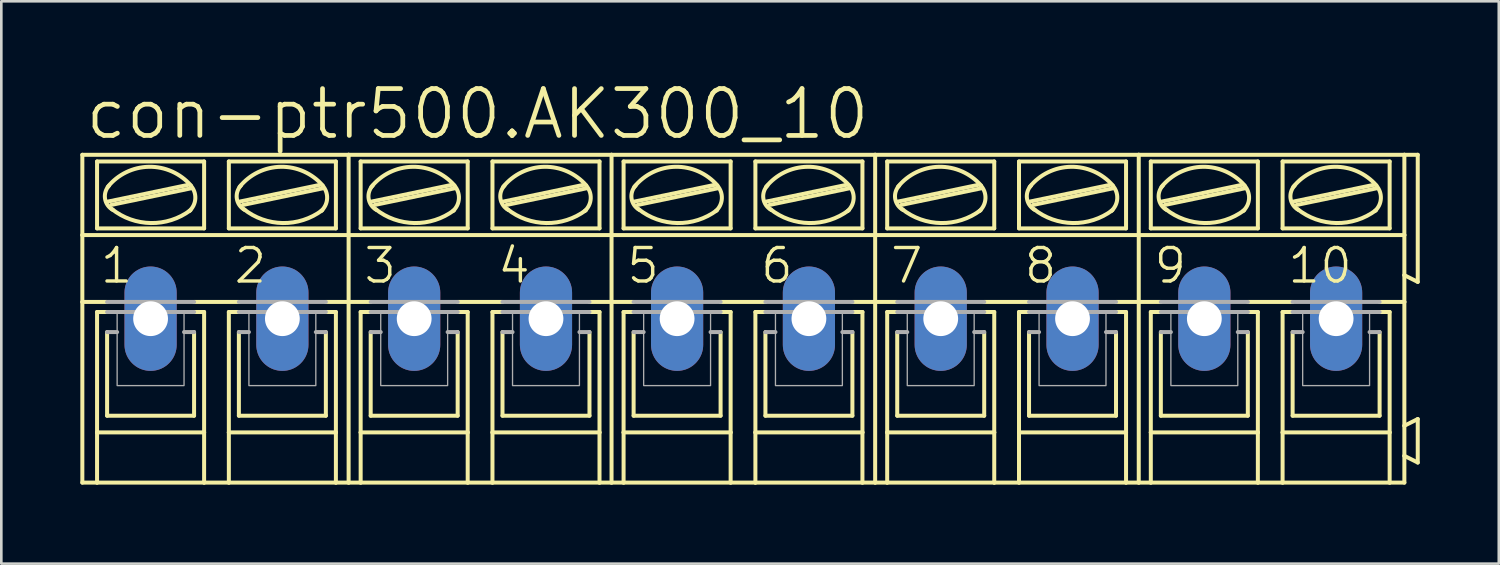
<source format=kicad_pcb>
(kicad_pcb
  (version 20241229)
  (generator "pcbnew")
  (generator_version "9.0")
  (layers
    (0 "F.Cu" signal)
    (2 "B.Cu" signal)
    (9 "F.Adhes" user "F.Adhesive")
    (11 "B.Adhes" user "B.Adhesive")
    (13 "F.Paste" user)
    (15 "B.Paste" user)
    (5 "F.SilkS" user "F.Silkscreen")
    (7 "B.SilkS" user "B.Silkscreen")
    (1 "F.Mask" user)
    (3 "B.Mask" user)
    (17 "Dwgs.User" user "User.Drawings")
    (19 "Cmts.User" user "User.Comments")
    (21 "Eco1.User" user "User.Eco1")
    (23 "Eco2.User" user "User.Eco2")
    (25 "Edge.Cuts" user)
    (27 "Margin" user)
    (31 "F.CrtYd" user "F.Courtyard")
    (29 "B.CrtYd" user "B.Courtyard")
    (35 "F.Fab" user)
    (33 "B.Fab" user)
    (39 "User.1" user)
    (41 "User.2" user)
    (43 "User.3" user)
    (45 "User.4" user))
  (footprint "con-ptr500.AK300_10"
    (layer "F.Cu")
    (at 25.171 9.049)
    (property "Reference" "con-ptr500.AK300_10" (at -25.07 -6.731 0) (layer "F.SilkS") (effects (font (size 1.778 1.778) (thickness 0.18)) (justify left bottom)))
    (attr through_hole)
    (fp_line (start -25.095 -3.175) (end -25.095 -6.223) (stroke (width 0.152) (type default)) (layer "F.SilkS"))
    (fp_line (start -25.095 -3.175) (end -14.986 -3.175) (stroke (width 0.152) (type default)) (layer "F.SilkS"))
    (fp_line (start -25.095 -0.635) (end -25.095 -3.175) (stroke (width 0.152) (type default)) (layer "F.SilkS"))
    (fp_line (start -25.095 -0.635) (end -24.155 -0.635) (stroke (width 0.152) (type default)) (layer "F.SilkS"))
    (fp_line (start -25.095 6.223) (end -25.095 -0.635) (stroke (width 0.152) (type default)) (layer "F.SilkS"))
    (fp_line (start -25.095 6.223) (end -24.536 6.223) (stroke (width 0.152) (type default)) (layer "F.SilkS"))
    (fp_line (start -24.536 -3.429) (end -24.536 -5.969) (stroke (width 0.152) (type default)) (layer "F.SilkS"))
    (fp_line (start -24.536 -0.254) (end -24.536 4.318) (stroke (width 0.152) (type default)) (layer "F.SilkS"))
    (fp_line (start -24.536 -0.254) (end -24.155 -0.254) (stroke (width 0.152) (type default)) (layer "F.SilkS"))
    (fp_line (start -24.536 4.318) (end -24.536 6.223) (stroke (width 0.152) (type default)) (layer "F.SilkS"))
    (fp_line (start -24.536 6.223) (end -20.472 6.223) (stroke (width 0.152) (type default)) (layer "F.SilkS"))
    (fp_line (start -24.155 3.683) (end -24.155 0.508) (stroke (width 0.152) (type default)) (layer "F.SilkS"))
    (fp_line (start -24.13 -4.445) (end -21.082 -5.08) (stroke (width 0.152) (type default)) (layer "F.SilkS"))
    (fp_line (start -24.003 -4.318) (end -20.955 -4.953) (stroke (width 0.152) (type default)) (layer "F.SilkS"))
    (fp_line (start -20.853 -0.635) (end -19.152 -0.635) (stroke (width 0.152) (type default)) (layer "F.SilkS"))
    (fp_line (start -20.853 3.683) (end -24.155 3.683) (stroke (width 0.152) (type default)) (layer "F.SilkS"))
    (fp_line (start -20.853 3.683) (end -20.853 0.508) (stroke (width 0.152) (type default)) (layer "F.SilkS"))
    (fp_line (start -20.472 -5.969) (end -24.536 -5.969) (stroke (width 0.152) (type default)) (layer "F.SilkS"))
    (fp_line (start -20.472 -3.429) (end -24.536 -3.429) (stroke (width 0.152) (type default)) (layer "F.SilkS"))
    (fp_line (start -20.472 -3.429) (end -20.472 -5.969) (stroke (width 0.152) (type default)) (layer "F.SilkS"))
    (fp_line (start -20.472 -0.254) (end -20.853 -0.254) (stroke (width 0.152) (type default)) (layer "F.SilkS"))
    (fp_line (start -20.472 4.318) (end -24.536 4.318) (stroke (width 0.152) (type default)) (layer "F.SilkS"))
    (fp_line (start -20.472 4.318) (end -20.472 -0.254) (stroke (width 0.152) (type default)) (layer "F.SilkS"))
    (fp_line (start -20.472 6.223) (end -20.472 4.318) (stroke (width 0.152) (type default)) (layer "F.SilkS"))
    (fp_line (start -20.472 6.223) (end -19.533 6.223) (stroke (width 0.152) (type default)) (layer "F.SilkS"))
    (fp_line (start -19.533 -5.969) (end -15.469 -5.969) (stroke (width 0.152) (type default)) (layer "F.SilkS"))
    (fp_line (start -19.533 -3.429) (end -19.533 -5.969) (stroke (width 0.152) (type default)) (layer "F.SilkS"))
    (fp_line (start -19.533 -0.254) (end -19.152 -0.254) (stroke (width 0.152) (type default)) (layer "F.SilkS"))
    (fp_line (start -19.533 4.318) (end -19.533 -0.254) (stroke (width 0.152) (type default)) (layer "F.SilkS"))
    (fp_line (start -19.533 4.318) (end -15.469 4.318) (stroke (width 0.152) (type default)) (layer "F.SilkS"))
    (fp_line (start -19.533 6.223) (end -19.533 4.318) (stroke (width 0.152) (type default)) (layer "F.SilkS"))
    (fp_line (start -19.533 6.223) (end -15.469 6.223) (stroke (width 0.152) (type default)) (layer "F.SilkS"))
    (fp_line (start -19.152 3.683) (end -19.152 0.508) (stroke (width 0.152) (type default)) (layer "F.SilkS"))
    (fp_line (start -19.126 -4.445) (end -16.078 -5.08) (stroke (width 0.152) (type default)) (layer "F.SilkS"))
    (fp_line (start -18.999 -4.318) (end -15.951 -4.953) (stroke (width 0.152) (type default)) (layer "F.SilkS"))
    (fp_line (start -15.85 3.683) (end -19.152 3.683) (stroke (width 0.152) (type default)) (layer "F.SilkS"))
    (fp_line (start -15.85 3.683) (end -15.85 0.508) (stroke (width 0.152) (type default)) (layer "F.SilkS"))
    (fp_line (start -15.469 -5.969) (end -15.469 -3.429) (stroke (width 0.152) (type default)) (layer "F.SilkS"))
    (fp_line (start -15.469 -3.429) (end -19.533 -3.429) (stroke (width 0.152) (type default)) (layer "F.SilkS"))
    (fp_line (start -15.469 -0.254) (end -15.85 -0.254) (stroke (width 0.152) (type default)) (layer "F.SilkS"))
    (fp_line (start -15.469 -0.254) (end -15.469 4.318) (stroke (width 0.152) (type default)) (layer "F.SilkS"))
    (fp_line (start -15.469 4.318) (end -15.469 6.223) (stroke (width 0.152) (type default)) (layer "F.SilkS"))
    (fp_line (start -15.469 6.223) (end -14.986 6.223) (stroke (width 0.152) (type default)) (layer "F.SilkS"))
    (fp_line (start -14.986 -6.223) (end -25.095 -6.223) (stroke (width 0.152) (type default)) (layer "F.SilkS"))
    (fp_line (start -14.986 -3.175) (end -14.986 -6.223) (stroke (width 0.152) (type default)) (layer "F.SilkS"))
    (fp_line (start -14.986 -3.175) (end -5.004 -3.175) (stroke (width 0.152) (type default)) (layer "F.SilkS"))
    (fp_line (start -14.986 -0.635) (end -15.85 -0.635) (stroke (width 0.152) (type default)) (layer "F.SilkS"))
    (fp_line (start -14.986 -0.635) (end -14.986 -3.175) (stroke (width 0.152) (type default)) (layer "F.SilkS"))
    (fp_line (start -14.986 -0.635) (end -14.148 -0.635) (stroke (width 0.152) (type default)) (layer "F.SilkS"))
    (fp_line (start -14.986 6.223) (end -14.986 -0.635) (stroke (width 0.152) (type default)) (layer "F.SilkS"))
    (fp_line (start -14.986 6.223) (end -14.529 6.223) (stroke (width 0.152) (type default)) (layer "F.SilkS"))
    (fp_line (start -14.529 -3.429) (end -14.529 -5.969) (stroke (width 0.152) (type default)) (layer "F.SilkS"))
    (fp_line (start -14.529 -0.254) (end -14.529 4.318) (stroke (width 0.152) (type default)) (layer "F.SilkS"))
    (fp_line (start -14.529 -0.254) (end -14.148 -0.254) (stroke (width 0.152) (type default)) (layer "F.SilkS"))
    (fp_line (start -14.529 4.318) (end -14.529 6.223) (stroke (width 0.152) (type default)) (layer "F.SilkS"))
    (fp_line (start -14.529 6.223) (end -10.465 6.223) (stroke (width 0.152) (type default)) (layer "F.SilkS"))
    (fp_line (start -14.148 3.683) (end -14.148 0.508) (stroke (width 0.152) (type default)) (layer "F.SilkS"))
    (fp_line (start -14.122 -4.445) (end -11.074 -5.08) (stroke (width 0.152) (type default)) (layer "F.SilkS"))
    (fp_line (start -13.995 -4.318) (end -10.947 -4.953) (stroke (width 0.152) (type default)) (layer "F.SilkS"))
    (fp_line (start -10.846 -0.635) (end -9.144 -0.635) (stroke (width 0.152) (type default)) (layer "F.SilkS"))
    (fp_line (start -10.846 3.683) (end -14.148 3.683) (stroke (width 0.152) (type default)) (layer "F.SilkS"))
    (fp_line (start -10.846 3.683) (end -10.846 0.508) (stroke (width 0.152) (type default)) (layer "F.SilkS"))
    (fp_line (start -10.465 -5.969) (end -14.529 -5.969) (stroke (width 0.152) (type default)) (layer "F.SilkS"))
    (fp_line (start -10.465 -3.429) (end -14.529 -3.429) (stroke (width 0.152) (type default)) (layer "F.SilkS"))
    (fp_line (start -10.465 -3.429) (end -10.465 -5.969) (stroke (width 0.152) (type default)) (layer "F.SilkS"))
    (fp_line (start -10.465 -0.254) (end -10.846 -0.254) (stroke (width 0.152) (type default)) (layer "F.SilkS"))
    (fp_line (start -10.465 4.318) (end -14.529 4.318) (stroke (width 0.152) (type default)) (layer "F.SilkS"))
    (fp_line (start -10.465 4.318) (end -10.465 -0.254) (stroke (width 0.152) (type default)) (layer "F.SilkS"))
    (fp_line (start -10.465 6.223) (end -10.465 4.318) (stroke (width 0.152) (type default)) (layer "F.SilkS"))
    (fp_line (start -10.465 6.223) (end -9.525 6.223) (stroke (width 0.152) (type default)) (layer "F.SilkS"))
    (fp_line (start -9.525 -5.969) (end -5.461 -5.969) (stroke (width 0.152) (type default)) (layer "F.SilkS"))
    (fp_line (start -9.525 -3.429) (end -9.525 -5.969) (stroke (width 0.152) (type default)) (layer "F.SilkS"))
    (fp_line (start -9.525 -0.254) (end -9.144 -0.254) (stroke (width 0.152) (type default)) (layer "F.SilkS"))
    (fp_line (start -9.525 4.318) (end -9.525 -0.254) (stroke (width 0.152) (type default)) (layer "F.SilkS"))
    (fp_line (start -9.525 4.318) (end -5.461 4.318) (stroke (width 0.152) (type default)) (layer "F.SilkS"))
    (fp_line (start -9.525 6.223) (end -9.525 4.318) (stroke (width 0.152) (type default)) (layer "F.SilkS"))
    (fp_line (start -9.525 6.223) (end -5.461 6.223) (stroke (width 0.152) (type default)) (layer "F.SilkS"))
    (fp_line (start -9.144 3.683) (end -9.144 0.508) (stroke (width 0.152) (type default)) (layer "F.SilkS"))
    (fp_line (start -9.119 -4.445) (end -6.071 -5.08) (stroke (width 0.152) (type default)) (layer "F.SilkS"))
    (fp_line (start -8.992 -4.318) (end -5.944 -4.953) (stroke (width 0.152) (type default)) (layer "F.SilkS"))
    (fp_line (start -5.842 3.683) (end -9.144 3.683) (stroke (width 0.152) (type default)) (layer "F.SilkS"))
    (fp_line (start -5.842 3.683) (end -5.842 0.508) (stroke (width 0.152) (type default)) (layer "F.SilkS"))
    (fp_line (start -5.461 -5.969) (end -5.461 -3.429) (stroke (width 0.152) (type default)) (layer "F.SilkS"))
    (fp_line (start -5.461 -3.429) (end -9.525 -3.429) (stroke (width 0.152) (type default)) (layer "F.SilkS"))
    (fp_line (start -5.461 -0.254) (end -5.842 -0.254) (stroke (width 0.152) (type default)) (layer "F.SilkS"))
    (fp_line (start -5.461 -0.254) (end -5.461 4.318) (stroke (width 0.152) (type default)) (layer "F.SilkS"))
    (fp_line (start -5.461 4.318) (end -5.461 6.223) (stroke (width 0.152) (type default)) (layer "F.SilkS"))
    (fp_line (start -5.461 6.223) (end -5.004 6.223) (stroke (width 0.152) (type default)) (layer "F.SilkS"))
    (fp_line (start -5.004 -6.223) (end -14.986 -6.223) (stroke (width 0.152) (type default)) (layer "F.SilkS"))
    (fp_line (start -5.004 -3.175) (end -5.004 -6.223) (stroke (width 0.152) (type default)) (layer "F.SilkS"))
    (fp_line (start -5.004 -3.175) (end 5.004 -3.175) (stroke (width 0.152) (type default)) (layer "F.SilkS"))
    (fp_line (start -5.004 -0.635) (end -5.842 -0.635) (stroke (width 0.152) (type default)) (layer "F.SilkS"))
    (fp_line (start -5.004 -0.635) (end -5.004 -3.175) (stroke (width 0.152) (type default)) (layer "F.SilkS"))
    (fp_line (start -5.004 -0.635) (end -4.166 -0.635) (stroke (width 0.152) (type default)) (layer "F.SilkS"))
    (fp_line (start -5.004 6.223) (end -5.004 -0.635) (stroke (width 0.152) (type default)) (layer "F.SilkS"))
    (fp_line (start -5.004 6.223) (end -4.547 6.223) (stroke (width 0.152) (type default)) (layer "F.SilkS"))
    (fp_line (start -4.547 -3.429) (end -4.547 -5.969) (stroke (width 0.152) (type default)) (layer "F.SilkS"))
    (fp_line (start -4.547 -0.254) (end -4.547 4.318) (stroke (width 0.152) (type default)) (layer "F.SilkS"))
    (fp_line (start -4.547 -0.254) (end -4.166 -0.254) (stroke (width 0.152) (type default)) (layer "F.SilkS"))
    (fp_line (start -4.547 4.318) (end -4.547 6.223) (stroke (width 0.152) (type default)) (layer "F.SilkS"))
    (fp_line (start -4.547 6.223) (end -0.483 6.223) (stroke (width 0.152) (type default)) (layer "F.SilkS"))
    (fp_line (start -4.166 3.683) (end -4.166 0.508) (stroke (width 0.152) (type default)) (layer "F.SilkS"))
    (fp_line (start -4.14 -4.445) (end -1.092 -5.08) (stroke (width 0.152) (type default)) (layer "F.SilkS"))
    (fp_line (start -4.013 -4.318) (end -0.965 -4.953) (stroke (width 0.152) (type default)) (layer "F.SilkS"))
    (fp_line (start -0.864 -0.635) (end 0.838 -0.635) (stroke (width 0.152) (type default)) (layer "F.SilkS"))
    (fp_line (start -0.864 3.683) (end -4.166 3.683) (stroke (width 0.152) (type default)) (layer "F.SilkS"))
    (fp_line (start -0.864 3.683) (end -0.864 0.508) (stroke (width 0.152) (type default)) (layer "F.SilkS"))
    (fp_line (start -0.483 -5.969) (end -4.547 -5.969) (stroke (width 0.152) (type default)) (layer "F.SilkS"))
    (fp_line (start -0.483 -3.429) (end -4.547 -3.429) (stroke (width 0.152) (type default)) (layer "F.SilkS"))
    (fp_line (start -0.483 -3.429) (end -0.483 -5.969) (stroke (width 0.152) (type default)) (layer "F.SilkS"))
    (fp_line (start -0.483 -0.254) (end -0.864 -0.254) (stroke (width 0.152) (type default)) (layer "F.SilkS"))
    (fp_line (start -0.483 4.318) (end -4.547 4.318) (stroke (width 0.152) (type default)) (layer "F.SilkS"))
    (fp_line (start -0.483 4.318) (end -0.483 -0.254) (stroke (width 0.152) (type default)) (layer "F.SilkS"))
    (fp_line (start -0.483 6.223) (end -0.483 4.318) (stroke (width 0.152) (type default)) (layer "F.SilkS"))
    (fp_line (start -0.483 6.223) (end 0.457 6.223) (stroke (width 0.152) (type default)) (layer "F.SilkS"))
    (fp_line (start 0.457 -5.969) (end 4.521 -5.969) (stroke (width 0.152) (type default)) (layer "F.SilkS"))
    (fp_line (start 0.457 -3.429) (end 0.457 -5.969) (stroke (width 0.152) (type default)) (layer "F.SilkS"))
    (fp_line (start 0.457 -0.254) (end 0.838 -0.254) (stroke (width 0.152) (type default)) (layer "F.SilkS"))
    (fp_line (start 0.457 4.318) (end 0.457 -0.254) (stroke (width 0.152) (type default)) (layer "F.SilkS"))
    (fp_line (start 0.457 4.318) (end 4.521 4.318) (stroke (width 0.152) (type default)) (layer "F.SilkS"))
    (fp_line (start 0.457 6.223) (end 0.457 4.318) (stroke (width 0.152) (type default)) (layer "F.SilkS"))
    (fp_line (start 0.457 6.223) (end 4.521 6.223) (stroke (width 0.152) (type default)) (layer "F.SilkS"))
    (fp_line (start 0.838 3.683) (end 0.838 0.508) (stroke (width 0.152) (type default)) (layer "F.SilkS"))
    (fp_line (start 0.864 -4.445) (end 3.912 -5.08) (stroke (width 0.152) (type default)) (layer "F.SilkS"))
    (fp_line (start 0.991 -4.318) (end 4.039 -4.953) (stroke (width 0.152) (type default)) (layer "F.SilkS"))
    (fp_line (start 4.14 3.683) (end 0.838 3.683) (stroke (width 0.152) (type default)) (layer "F.SilkS"))
    (fp_line (start 4.14 3.683) (end 4.14 0.508) (stroke (width 0.152) (type default)) (layer "F.SilkS"))
    (fp_line (start 4.521 -5.969) (end 4.521 -3.429) (stroke (width 0.152) (type default)) (layer "F.SilkS"))
    (fp_line (start 4.521 -3.429) (end 0.457 -3.429) (stroke (width 0.152) (type default)) (layer "F.SilkS"))
    (fp_line (start 4.521 -0.254) (end 4.14 -0.254) (stroke (width 0.152) (type default)) (layer "F.SilkS"))
    (fp_line (start 4.521 -0.254) (end 4.521 4.318) (stroke (width 0.152) (type default)) (layer "F.SilkS"))
    (fp_line (start 4.521 4.318) (end 4.521 6.223) (stroke (width 0.152) (type default)) (layer "F.SilkS"))
    (fp_line (start 4.521 6.223) (end 5.004 6.223) (stroke (width 0.152) (type default)) (layer "F.SilkS"))
    (fp_line (start 5.004 -6.223) (end -5.004 -6.223) (stroke (width 0.152) (type default)) (layer "F.SilkS"))
    (fp_line (start 5.004 -3.175) (end 5.004 -6.223) (stroke (width 0.152) (type default)) (layer "F.SilkS"))
    (fp_line (start 5.004 -3.175) (end 15.011 -3.175) (stroke (width 0.152) (type default)) (layer "F.SilkS"))
    (fp_line (start 5.004 -0.635) (end 4.14 -0.635) (stroke (width 0.152) (type default)) (layer "F.SilkS"))
    (fp_line (start 5.004 -0.635) (end 5.004 -3.175) (stroke (width 0.152) (type default)) (layer "F.SilkS"))
    (fp_line (start 5.004 -0.635) (end 5.842 -0.635) (stroke (width 0.152) (type default)) (layer "F.SilkS"))
    (fp_line (start 5.004 6.223) (end 5.004 -0.635) (stroke (width 0.152) (type default)) (layer "F.SilkS"))
    (fp_line (start 5.004 6.223) (end 5.461 6.223) (stroke (width 0.152) (type default)) (layer "F.SilkS"))
    (fp_line (start 5.461 -3.429) (end 5.461 -5.969) (stroke (width 0.152) (type default)) (layer "F.SilkS"))
    (fp_line (start 5.461 -0.254) (end 5.461 4.318) (stroke (width 0.152) (type default)) (layer "F.SilkS"))
    (fp_line (start 5.461 -0.254) (end 5.842 -0.254) (stroke (width 0.152) (type default)) (layer "F.SilkS"))
    (fp_line (start 5.461 4.318) (end 5.461 6.223) (stroke (width 0.152) (type default)) (layer "F.SilkS"))
    (fp_line (start 5.461 6.223) (end 9.525 6.223) (stroke (width 0.152) (type default)) (layer "F.SilkS"))
    (fp_line (start 5.842 3.683) (end 5.842 0.508) (stroke (width 0.152) (type default)) (layer "F.SilkS"))
    (fp_line (start 5.867 -4.445) (end 8.915 -5.08) (stroke (width 0.152) (type default)) (layer "F.SilkS"))
    (fp_line (start 5.994 -4.318) (end 9.042 -4.953) (stroke (width 0.152) (type default)) (layer "F.SilkS"))
    (fp_line (start 9.144 -0.635) (end 10.846 -0.635) (stroke (width 0.152) (type default)) (layer "F.SilkS"))
    (fp_line (start 9.144 3.683) (end 5.842 3.683) (stroke (width 0.152) (type default)) (layer "F.SilkS"))
    (fp_line (start 9.144 3.683) (end 9.144 0.508) (stroke (width 0.152) (type default)) (layer "F.SilkS"))
    (fp_line (start 9.525 -5.969) (end 5.461 -5.969) (stroke (width 0.152) (type default)) (layer "F.SilkS"))
    (fp_line (start 9.525 -3.429) (end 5.461 -3.429) (stroke (width 0.152) (type default)) (layer "F.SilkS"))
    (fp_line (start 9.525 -3.429) (end 9.525 -5.969) (stroke (width 0.152) (type default)) (layer "F.SilkS"))
    (fp_line (start 9.525 -0.254) (end 9.144 -0.254) (stroke (width 0.152) (type default)) (layer "F.SilkS"))
    (fp_line (start 9.525 4.318) (end 5.461 4.318) (stroke (width 0.152) (type default)) (layer "F.SilkS"))
    (fp_line (start 9.525 4.318) (end 9.525 -0.254) (stroke (width 0.152) (type default)) (layer "F.SilkS"))
    (fp_line (start 9.525 6.223) (end 9.525 4.318) (stroke (width 0.152) (type default)) (layer "F.SilkS"))
    (fp_line (start 9.525 6.223) (end 10.465 6.223) (stroke (width 0.152) (type default)) (layer "F.SilkS"))
    (fp_line (start 10.465 -5.969) (end 14.529 -5.969) (stroke (width 0.152) (type default)) (layer "F.SilkS"))
    (fp_line (start 10.465 -3.429) (end 10.465 -5.969) (stroke (width 0.152) (type default)) (layer "F.SilkS"))
    (fp_line (start 10.465 -0.254) (end 10.846 -0.254) (stroke (width 0.152) (type default)) (layer "F.SilkS"))
    (fp_line (start 10.465 4.318) (end 10.465 -0.254) (stroke (width 0.152) (type default)) (layer "F.SilkS"))
    (fp_line (start 10.465 4.318) (end 14.529 4.318) (stroke (width 0.152) (type default)) (layer "F.SilkS"))
    (fp_line (start 10.465 6.223) (end 10.465 4.318) (stroke (width 0.152) (type default)) (layer "F.SilkS"))
    (fp_line (start 10.465 6.223) (end 14.529 6.223) (stroke (width 0.152) (type default)) (layer "F.SilkS"))
    (fp_line (start 10.846 3.683) (end 10.846 0.508) (stroke (width 0.152) (type default)) (layer "F.SilkS"))
    (fp_line (start 10.871 -4.445) (end 13.919 -5.08) (stroke (width 0.152) (type default)) (layer "F.SilkS"))
    (fp_line (start 10.998 -4.318) (end 14.046 -4.953) (stroke (width 0.152) (type default)) (layer "F.SilkS"))
    (fp_line (start 14.148 3.683) (end 10.846 3.683) (stroke (width 0.152) (type default)) (layer "F.SilkS"))
    (fp_line (start 14.148 3.683) (end 14.148 0.508) (stroke (width 0.152) (type default)) (layer "F.SilkS"))
    (fp_line (start 14.529 -5.969) (end 14.529 -3.429) (stroke (width 0.152) (type default)) (layer "F.SilkS"))
    (fp_line (start 14.529 -3.429) (end 10.465 -3.429) (stroke (width 0.152) (type default)) (layer "F.SilkS"))
    (fp_line (start 14.529 -0.254) (end 14.148 -0.254) (stroke (width 0.152) (type default)) (layer "F.SilkS"))
    (fp_line (start 14.529 -0.254) (end 14.529 4.318) (stroke (width 0.152) (type default)) (layer "F.SilkS"))
    (fp_line (start 14.529 4.318) (end 14.529 6.223) (stroke (width 0.152) (type default)) (layer "F.SilkS"))
    (fp_line (start 14.529 6.223) (end 15.011 6.223) (stroke (width 0.152) (type default)) (layer "F.SilkS"))
    (fp_line (start 15.011 -6.223) (end 5.004 -6.223) (stroke (width 0.152) (type default)) (layer "F.SilkS"))
    (fp_line (start 15.011 -3.175) (end 15.011 -6.223) (stroke (width 0.152) (type default)) (layer "F.SilkS"))
    (fp_line (start 15.011 -3.175) (end 25.095 -3.175) (stroke (width 0.152) (type default)) (layer "F.SilkS"))
    (fp_line (start 15.011 -0.635) (end 14.148 -0.635) (stroke (width 0.152) (type default)) (layer "F.SilkS"))
    (fp_line (start 15.011 -0.635) (end 15.011 -3.175) (stroke (width 0.152) (type default)) (layer "F.SilkS"))
    (fp_line (start 15.011 -0.635) (end 15.85 -0.635) (stroke (width 0.152) (type default)) (layer "F.SilkS"))
    (fp_line (start 15.011 6.223) (end 15.011 -0.635) (stroke (width 0.152) (type default)) (layer "F.SilkS"))
    (fp_line (start 15.011 6.223) (end 15.469 6.223) (stroke (width 0.152) (type default)) (layer "F.SilkS"))
    (fp_line (start 15.469 -3.429) (end 15.469 -5.969) (stroke (width 0.152) (type default)) (layer "F.SilkS"))
    (fp_line (start 15.469 -0.254) (end 15.469 4.318) (stroke (width 0.152) (type default)) (layer "F.SilkS"))
    (fp_line (start 15.469 -0.254) (end 15.85 -0.254) (stroke (width 0.152) (type default)) (layer "F.SilkS"))
    (fp_line (start 15.469 4.318) (end 15.469 6.223) (stroke (width 0.152) (type default)) (layer "F.SilkS"))
    (fp_line (start 15.469 6.223) (end 19.533 6.223) (stroke (width 0.152) (type default)) (layer "F.SilkS"))
    (fp_line (start 15.85 3.683) (end 15.85 0.508) (stroke (width 0.152) (type default)) (layer "F.SilkS"))
    (fp_line (start 15.875 -4.445) (end 18.923 -5.08) (stroke (width 0.152) (type default)) (layer "F.SilkS"))
    (fp_line (start 16.002 -4.318) (end 19.05 -4.953) (stroke (width 0.152) (type default)) (layer "F.SilkS"))
    (fp_line (start 19.152 -0.635) (end 20.853 -0.635) (stroke (width 0.152) (type default)) (layer "F.SilkS"))
    (fp_line (start 19.152 3.683) (end 15.85 3.683) (stroke (width 0.152) (type default)) (layer "F.SilkS"))
    (fp_line (start 19.152 3.683) (end 19.152 0.508) (stroke (width 0.152) (type default)) (layer "F.SilkS"))
    (fp_line (start 19.533 -5.969) (end 15.469 -5.969) (stroke (width 0.152) (type default)) (layer "F.SilkS"))
    (fp_line (start 19.533 -3.429) (end 15.469 -3.429) (stroke (width 0.152) (type default)) (layer "F.SilkS"))
    (fp_line (start 19.533 -3.429) (end 19.533 -5.969) (stroke (width 0.152) (type default)) (layer "F.SilkS"))
    (fp_line (start 19.533 -0.254) (end 19.152 -0.254) (stroke (width 0.152) (type default)) (layer "F.SilkS"))
    (fp_line (start 19.533 4.318) (end 15.469 4.318) (stroke (width 0.152) (type default)) (layer "F.SilkS"))
    (fp_line (start 19.533 4.318) (end 19.533 -0.254) (stroke (width 0.152) (type default)) (layer "F.SilkS"))
    (fp_line (start 19.533 6.223) (end 19.533 4.318) (stroke (width 0.152) (type default)) (layer "F.SilkS"))
    (fp_line (start 19.533 6.223) (end 20.472 6.223) (stroke (width 0.152) (type default)) (layer "F.SilkS"))
    (fp_line (start 20.472 -5.969) (end 24.536 -5.969) (stroke (width 0.152) (type default)) (layer "F.SilkS"))
    (fp_line (start 20.472 -3.429) (end 20.472 -5.969) (stroke (width 0.152) (type default)) (layer "F.SilkS"))
    (fp_line (start 20.472 -0.254) (end 20.853 -0.254) (stroke (width 0.152) (type default)) (layer "F.SilkS"))
    (fp_line (start 20.472 4.318) (end 20.472 -0.254) (stroke (width 0.152) (type default)) (layer "F.SilkS"))
    (fp_line (start 20.472 4.318) (end 24.536 4.318) (stroke (width 0.152) (type default)) (layer "F.SilkS"))
    (fp_line (start 20.472 6.223) (end 20.472 4.318) (stroke (width 0.152) (type default)) (layer "F.SilkS"))
    (fp_line (start 20.472 6.223) (end 24.536 6.223) (stroke (width 0.152) (type default)) (layer "F.SilkS"))
    (fp_line (start 20.853 3.683) (end 20.853 0.508) (stroke (width 0.152) (type default)) (layer "F.SilkS"))
    (fp_line (start 20.879 -4.445) (end 23.927 -5.08) (stroke (width 0.152) (type default)) (layer "F.SilkS"))
    (fp_line (start 21.006 -4.318) (end 24.054 -4.953) (stroke (width 0.152) (type default)) (layer "F.SilkS"))
    (fp_line (start 24.155 3.683) (end 20.853 3.683) (stroke (width 0.152) (type default)) (layer "F.SilkS"))
    (fp_line (start 24.155 3.683) (end 24.155 0.508) (stroke (width 0.152) (type default)) (layer "F.SilkS"))
    (fp_line (start 24.536 -5.969) (end 24.536 -3.429) (stroke (width 0.152) (type default)) (layer "F.SilkS"))
    (fp_line (start 24.536 -3.429) (end 20.472 -3.429) (stroke (width 0.152) (type default)) (layer "F.SilkS"))
    (fp_line (start 24.536 -0.254) (end 24.155 -0.254) (stroke (width 0.152) (type default)) (layer "F.SilkS"))
    (fp_line (start 24.536 -0.254) (end 24.536 4.318) (stroke (width 0.152) (type default)) (layer "F.SilkS"))
    (fp_line (start 24.536 4.318) (end 24.536 6.223) (stroke (width 0.152) (type default)) (layer "F.SilkS"))
    (fp_line (start 24.536 6.223) (end 25.095 6.223) (stroke (width 0.152) (type default)) (layer "F.SilkS"))
    (fp_line (start 25.095 -6.223) (end 15.011 -6.223) (stroke (width 0.152) (type default)) (layer "F.SilkS"))
    (fp_line (start 25.095 -6.223) (end 25.095 -3.175) (stroke (width 0.152) (type default)) (layer "F.SilkS"))
    (fp_line (start 25.095 -6.223) (end 25.603 -6.223) (stroke (width 0.152) (type default)) (layer "F.SilkS"))
    (fp_line (start 25.095 -3.175) (end 25.095 -1.651) (stroke (width 0.152) (type default)) (layer "F.SilkS"))
    (fp_line (start 25.095 -1.651) (end 25.095 -0.635) (stroke (width 0.152) (type default)) (layer "F.SilkS"))
    (fp_line (start 25.095 -0.635) (end 24.155 -0.635) (stroke (width 0.152) (type default)) (layer "F.SilkS"))
    (fp_line (start 25.095 -0.635) (end 25.095 4.064) (stroke (width 0.152) (type default)) (layer "F.SilkS"))
    (fp_line (start 25.095 4.064) (end 25.095 5.207) (stroke (width 0.152) (type default)) (layer "F.SilkS"))
    (fp_line (start 25.095 5.207) (end 25.095 6.223) (stroke (width 0.152) (type default)) (layer "F.SilkS"))
    (fp_line (start 25.603 -6.223) (end 25.603 -1.397) (stroke (width 0.152) (type default)) (layer "F.SilkS"))
    (fp_line (start 25.603 -1.397) (end 25.095 -1.651) (stroke (width 0.152) (type default)) (layer "F.SilkS"))
    (fp_line (start 25.603 3.81) (end 25.095 4.064) (stroke (width 0.152) (type default)) (layer "F.SilkS"))
    (fp_line (start 25.603 3.81) (end 25.603 5.461) (stroke (width 0.152) (type default)) (layer "F.SilkS"))
    (fp_line (start 25.603 5.461) (end 25.095 5.207) (stroke (width 0.152) (type default)) (layer "F.SilkS"))
    (fp_arc (start -24.13 -5.0038) (mid -22.565627 -5.766949) (end -20.9756 -5.0588) (stroke (width 0.1524) (type default)) (layer "F.SilkS"))
    (fp_arc (start -23.9355 -4.1297) (mid -24.233424 -4.557025) (end -24.0792 -5.0546) (stroke (width 0.1524) (type default)) (layer "F.SilkS"))
    (fp_arc (start -20.9898 -4.1188) (mid -22.491703 -3.631243) (end -23.9776 -4.1656) (stroke (width 0.1524) (type default)) (layer "F.SilkS"))
    (fp_arc (start -20.9805 -5.0545) (mid -20.80614 -4.558084) (end -21.0362 -4.0849) (stroke (width 0.1524) (type default)) (layer "F.SilkS"))
    (fp_arc (start -19.1262 -5.0038) (mid -17.561827 -5.766949) (end -15.9718 -5.0588) (stroke (width 0.1524) (type default)) (layer "F.SilkS"))
    (fp_arc (start -18.9317 -4.1297) (mid -19.229624 -4.557025) (end -19.0754 -5.0546) (stroke (width 0.1524) (type default)) (layer "F.SilkS"))
    (fp_arc (start -15.986 -4.1188) (mid -17.487903 -3.631243) (end -18.9738 -4.1656) (stroke (width 0.1524) (type default)) (layer "F.SilkS"))
    (fp_arc (start -15.9767 -5.0545) (mid -15.80234 -4.558084) (end -16.0324 -4.0849) (stroke (width 0.1524) (type default)) (layer "F.SilkS"))
    (fp_arc (start -14.1224 -5.0038) (mid -12.558027 -5.766949) (end -10.968 -5.0588) (stroke (width 0.1524) (type default)) (layer "F.SilkS"))
    (fp_arc (start -13.9279 -4.1297) (mid -14.225824 -4.557025) (end -14.0716 -5.0546) (stroke (width 0.1524) (type default)) (layer "F.SilkS"))
    (fp_arc (start -10.9822 -4.1188) (mid -12.484103 -3.631243) (end -13.97 -4.1656) (stroke (width 0.1524) (type default)) (layer "F.SilkS"))
    (fp_arc (start -10.9729 -5.0545) (mid -10.79854 -4.558084) (end -11.0286 -4.0849) (stroke (width 0.1524) (type default)) (layer "F.SilkS"))
    (fp_arc (start -9.1186 -5.0038) (mid -7.554227 -5.766949) (end -5.9642 -5.0588) (stroke (width 0.1524) (type default)) (layer "F.SilkS"))
    (fp_arc (start -8.9241 -4.1297) (mid -9.222024 -4.557025) (end -9.0678 -5.0546) (stroke (width 0.1524) (type default)) (layer "F.SilkS"))
    (fp_arc (start -5.9784 -4.1188) (mid -7.480303 -3.631243) (end -8.9662 -4.1656) (stroke (width 0.1524) (type default)) (layer "F.SilkS"))
    (fp_arc (start -5.9691 -5.0545) (mid -5.79474 -4.558084) (end -6.0248 -4.0849) (stroke (width 0.1524) (type default)) (layer "F.SilkS"))
    (fp_arc (start -4.1402 -5.0038) (mid -2.575827 -5.766949) (end -0.9858 -5.0588) (stroke (width 0.1524) (type default)) (layer "F.SilkS"))
    (fp_arc (start -3.9457 -4.1297) (mid -4.243624 -4.557025) (end -4.0894 -5.0546) (stroke (width 0.1524) (type default)) (layer "F.SilkS"))
    (fp_arc (start -1 -4.1188) (mid -2.501903 -3.631243) (end -3.9878 -4.1656) (stroke (width 0.1524) (type default)) (layer "F.SilkS"))
    (fp_arc (start -0.9907 -5.0545) (mid -0.81634 -4.558084) (end -1.0464 -4.0849) (stroke (width 0.1524) (type default)) (layer "F.SilkS"))
    (fp_arc (start 0.8636 -5.0038) (mid 2.42792 -5.766808) (end 4.0178 -5.0586) (stroke (width 0.1524) (type default)) (layer "F.SilkS"))
    (fp_arc (start 1.0581 -4.1297) (mid 0.760176 -4.557025) (end 0.9144 -5.0546) (stroke (width 0.1524) (type default)) (layer "F.SilkS"))
    (fp_arc (start 4.0038 -4.1189) (mid 2.501913 -3.631282) (end 1.016 -4.1656) (stroke (width 0.1524) (type default)) (layer "F.SilkS"))
    (fp_arc (start 4.0131 -5.0545) (mid 4.18746 -4.558084) (end 3.9574 -4.0849) (stroke (width 0.1524) (type default)) (layer "F.SilkS"))
    (fp_arc (start 5.8674 -5.0038) (mid 7.43172 -5.766808) (end 9.0216 -5.0586) (stroke (width 0.1524) (type default)) (layer "F.SilkS"))
    (fp_arc (start 6.0619 -4.1297) (mid 5.763976 -4.557025) (end 5.9182 -5.0546) (stroke (width 0.1524) (type default)) (layer "F.SilkS"))
    (fp_arc (start 9.0076 -4.1189) (mid 7.505713 -3.631282) (end 6.0198 -4.1656) (stroke (width 0.1524) (type default)) (layer "F.SilkS"))
    (fp_arc (start 9.0169 -5.0545) (mid 9.19126 -4.558084) (end 8.9612 -4.0849) (stroke (width 0.1524) (type default)) (layer "F.SilkS"))
    (fp_arc (start 10.8712 -5.0038) (mid 12.43552 -5.766808) (end 14.0254 -5.0586) (stroke (width 0.1524) (type default)) (layer "F.SilkS"))
    (fp_arc (start 11.0657 -4.1297) (mid 10.767776 -4.557025) (end 10.922 -5.0546) (stroke (width 0.1524) (type default)) (layer "F.SilkS"))
    (fp_arc (start 14.0114 -4.1189) (mid 12.509513 -3.631282) (end 11.0236 -4.1656) (stroke (width 0.1524) (type default)) (layer "F.SilkS"))
    (fp_arc (start 14.0207 -5.0545) (mid 14.19506 -4.558084) (end 13.965 -4.0849) (stroke (width 0.1524) (type default)) (layer "F.SilkS"))
    (fp_arc (start 15.875 -5.0038) (mid 17.43932 -5.766808) (end 19.0292 -5.0586) (stroke (width 0.1524) (type default)) (layer "F.SilkS"))
    (fp_arc (start 16.0695 -4.1297) (mid 15.771576 -4.557025) (end 15.9258 -5.0546) (stroke (width 0.1524) (type default)) (layer "F.SilkS"))
    (fp_arc (start 19.0152 -4.1189) (mid 17.513313 -3.631282) (end 16.0274 -4.1656) (stroke (width 0.1524) (type default)) (layer "F.SilkS"))
    (fp_arc (start 19.0245 -5.0545) (mid 19.19886 -4.558084) (end 18.9688 -4.0849) (stroke (width 0.1524) (type default)) (layer "F.SilkS"))
    (fp_arc (start 20.8788 -5.0038) (mid 22.44312 -5.766808) (end 24.033 -5.0586) (stroke (width 0.1524) (type default)) (layer "F.SilkS"))
    (fp_arc (start 21.0733 -4.1297) (mid 20.775376 -4.557025) (end 20.9296 -5.0546) (stroke (width 0.1524) (type default)) (layer "F.SilkS"))
    (fp_arc (start 24.019 -4.1189) (mid 22.517113 -3.631282) (end 21.0312 -4.1656) (stroke (width 0.1524) (type default)) (layer "F.SilkS"))
    (fp_arc (start 24.0283 -5.0545) (mid 24.20266 -4.558084) (end 23.9726 -4.0849) (stroke (width 0.1524) (type default)) (layer "F.SilkS"))
    (fp_line (start -24.155 -0.635) (end -20.853 -0.635) (stroke (width 0.152) (type default)) (layer "F.Fab"))
    (fp_line (start -24.155 0.508) (end -23.774 0.508) (stroke (width 0.152) (type default)) (layer "F.Fab"))
    (fp_line (start -20.853 -0.254) (end -24.155 -0.254) (stroke (width 0.152) (type default)) (layer "F.Fab"))
    (fp_line (start -20.853 0.508) (end -21.234 0.508) (stroke (width 0.152) (type default)) (layer "F.Fab"))
    (fp_line (start -19.152 -0.254) (end -15.85 -0.254) (stroke (width 0.152) (type default)) (layer "F.Fab"))
    (fp_line (start -19.152 0.508) (end -18.771 0.508) (stroke (width 0.152) (type default)) (layer "F.Fab"))
    (fp_line (start -15.85 -0.635) (end -19.152 -0.635) (stroke (width 0.152) (type default)) (layer "F.Fab"))
    (fp_line (start -15.85 0.508) (end -16.231 0.508) (stroke (width 0.152) (type default)) (layer "F.Fab"))
    (fp_line (start -14.148 -0.635) (end -10.846 -0.635) (stroke (width 0.152) (type default)) (layer "F.Fab"))
    (fp_line (start -14.148 0.508) (end -13.767 0.508) (stroke (width 0.152) (type default)) (layer "F.Fab"))
    (fp_line (start -10.846 -0.254) (end -14.148 -0.254) (stroke (width 0.152) (type default)) (layer "F.Fab"))
    (fp_line (start -10.846 0.508) (end -11.227 0.508) (stroke (width 0.152) (type default)) (layer "F.Fab"))
    (fp_line (start -9.144 -0.254) (end -5.842 -0.254) (stroke (width 0.152) (type default)) (layer "F.Fab"))
    (fp_line (start -9.144 0.508) (end -8.763 0.508) (stroke (width 0.152) (type default)) (layer "F.Fab"))
    (fp_line (start -5.842 -0.635) (end -9.144 -0.635) (stroke (width 0.152) (type default)) (layer "F.Fab"))
    (fp_line (start -5.842 0.508) (end -6.223 0.508) (stroke (width 0.152) (type default)) (layer "F.Fab"))
    (fp_line (start -4.166 -0.635) (end -0.864 -0.635) (stroke (width 0.152) (type default)) (layer "F.Fab"))
    (fp_line (start -4.166 0.508) (end -3.785 0.508) (stroke (width 0.152) (type default)) (layer "F.Fab"))
    (fp_line (start -0.864 -0.254) (end -4.166 -0.254) (stroke (width 0.152) (type default)) (layer "F.Fab"))
    (fp_line (start -0.864 0.508) (end -1.245 0.508) (stroke (width 0.152) (type default)) (layer "F.Fab"))
    (fp_line (start 0.838 -0.254) (end 4.14 -0.254) (stroke (width 0.152) (type default)) (layer "F.Fab"))
    (fp_line (start 0.838 0.508) (end 1.219 0.508) (stroke (width 0.152) (type default)) (layer "F.Fab"))
    (fp_line (start 4.14 -0.635) (end 0.838 -0.635) (stroke (width 0.152) (type default)) (layer "F.Fab"))
    (fp_line (start 4.14 0.508) (end 3.759 0.508) (stroke (width 0.152) (type default)) (layer "F.Fab"))
    (fp_line (start 5.842 -0.635) (end 9.144 -0.635) (stroke (width 0.152) (type default)) (layer "F.Fab"))
    (fp_line (start 5.842 0.508) (end 6.223 0.508) (stroke (width 0.152) (type default)) (layer "F.Fab"))
    (fp_line (start 9.144 -0.254) (end 5.842 -0.254) (stroke (width 0.152) (type default)) (layer "F.Fab"))
    (fp_line (start 9.144 0.508) (end 8.763 0.508) (stroke (width 0.152) (type default)) (layer "F.Fab"))
    (fp_line (start 10.846 -0.254) (end 14.148 -0.254) (stroke (width 0.152) (type default)) (layer "F.Fab"))
    (fp_line (start 10.846 0.508) (end 11.227 0.508) (stroke (width 0.152) (type default)) (layer "F.Fab"))
    (fp_line (start 14.148 -0.635) (end 10.846 -0.635) (stroke (width 0.152) (type default)) (layer "F.Fab"))
    (fp_line (start 14.148 0.508) (end 13.767 0.508) (stroke (width 0.152) (type default)) (layer "F.Fab"))
    (fp_line (start 15.85 -0.635) (end 19.152 -0.635) (stroke (width 0.152) (type default)) (layer "F.Fab"))
    (fp_line (start 15.85 0.508) (end 16.231 0.508) (stroke (width 0.152) (type default)) (layer "F.Fab"))
    (fp_line (start 19.152 -0.254) (end 15.85 -0.254) (stroke (width 0.152) (type default)) (layer "F.Fab"))
    (fp_line (start 19.152 0.508) (end 18.771 0.508) (stroke (width 0.152) (type default)) (layer "F.Fab"))
    (fp_line (start 20.853 -0.254) (end 24.155 -0.254) (stroke (width 0.152) (type default)) (layer "F.Fab"))
    (fp_line (start 20.853 0.508) (end 21.234 0.508) (stroke (width 0.152) (type default)) (layer "F.Fab"))
    (fp_line (start 24.155 -0.635) (end 20.853 -0.635) (stroke (width 0.152) (type default)) (layer "F.Fab"))
    (fp_line (start 24.155 0.508) (end 23.774 0.508) (stroke (width 0.152) (type default)) (layer "F.Fab"))
    (fp_rect (start -23.774 2.54) (end -21.234 -0.254) (stroke (width 0.05) (type default)) (fill no) (layer "F.Fab"))
    (fp_rect (start -18.771 2.54) (end -16.231 -0.254) (stroke (width 0.05) (type default)) (fill no) (layer "F.Fab"))
    (fp_rect (start -13.767 2.54) (end -11.227 -0.254) (stroke (width 0.05) (type default)) (fill no) (layer "F.Fab"))
    (fp_rect (start -8.763 2.54) (end -6.223 -0.254) (stroke (width 0.05) (type default)) (fill no) (layer "F.Fab"))
    (fp_rect (start -3.785 2.54) (end -1.245 -0.254) (stroke (width 0.05) (type default)) (fill no) (layer "F.Fab"))
    (fp_rect (start 1.219 2.54) (end 3.759 -0.254) (stroke (width 0.05) (type default)) (fill no) (layer "F.Fab"))
    (fp_rect (start 6.223 2.54) (end 8.763 -0.254) (stroke (width 0.05) (type default)) (fill no) (layer "F.Fab"))
    (fp_rect (start 11.227 2.54) (end 13.767 -0.254) (stroke (width 0.05) (type default)) (fill no) (layer "F.Fab"))
    (fp_rect (start 16.231 2.54) (end 18.771 -0.254) (stroke (width 0.05) (type default)) (fill no) (layer "F.Fab"))
    (fp_rect (start 21.234 2.54) (end 23.774 -0.254) (stroke (width 0.05) (type default)) (fill no) (layer "F.Fab"))
    (fp_text user "10" (at 20.599 -1.27 0) (layer "F.SilkS") (effects (font (size 1.27 1.27) (thickness 0.13)) (justify left bottom)))
    (fp_text user "2" (at -19.406 -1.27 0) (layer "F.SilkS") (effects (font (size 1.27 1.27) (thickness 0.13)) (justify left bottom)))
    (fp_text user "3" (at -14.478 -1.27 0) (layer "F.SilkS") (effects (font (size 1.27 1.27) (thickness 0.13)) (justify left bottom)))
    (fp_text user "7" (at 5.512 -1.27 0) (layer "F.SilkS") (effects (font (size 1.27 1.27) (thickness 0.13)) (justify left bottom)))
    (fp_text user "9" (at 15.519 -1.27 0) (layer "F.SilkS") (effects (font (size 1.27 1.27) (thickness 0.13)) (justify left bottom)))
    (fp_text user "1" (at -24.486 -1.27 0) (layer "F.SilkS") (effects (font (size 1.27 1.27) (thickness 0.13)) (justify left bottom)))
    (fp_text user "6" (at 0.584 -1.27 0) (layer "F.SilkS") (effects (font (size 1.27 1.27) (thickness 0.13)) (justify left bottom)))
    (fp_text user "8" (at 10.592 -1.27 0) (layer "F.SilkS") (effects (font (size 1.27 1.27) (thickness 0.13)) (justify left bottom)))
    (fp_text user "5" (at -4.496 -1.27 0) (layer "F.SilkS") (effects (font (size 1.27 1.27) (thickness 0.13)) (justify left bottom)))
    (fp_text user "4" (at -9.398 -1.27 0) (layer "F.SilkS") (effects (font (size 1.27 1.27) (thickness 0.13)) (justify left bottom)))
    (pad "1" thru_hole oval (at -22.504 0 90) (size 3.962 1.981) (drill 1.321) (layers "*.Cu" "*.Mask"))
    (pad "2" thru_hole oval (at -17.501 0 90) (size 3.962 1.981) (drill 1.321) (layers "*.Cu" "*.Mask"))
    (pad "3" thru_hole oval (at -12.497 0 90) (size 3.962 1.981) (drill 1.321) (layers "*.Cu" "*.Mask"))
    (pad "4" thru_hole oval (at -7.493 0 90) (size 3.962 1.981) (drill 1.321) (layers "*.Cu" "*.Mask"))
    (pad "5" thru_hole oval (at -2.515 0 90) (size 3.962 1.981) (drill 1.321) (layers "*.Cu" "*.Mask"))
    (pad "6" thru_hole oval (at 2.489 0 90) (size 3.962 1.981) (drill 1.321) (layers "*.Cu" "*.Mask"))
    (pad "7" thru_hole oval (at 7.493 0 90) (size 3.962 1.981) (drill 1.321) (layers "*.Cu" "*.Mask"))
    (pad "8" thru_hole oval (at 12.497 0 90) (size 3.962 1.981) (drill 1.321) (layers "*.Cu" "*.Mask"))
    (pad "9" thru_hole oval (at 17.501 0 90) (size 3.962 1.981) (drill 1.321) (layers "*.Cu" "*.Mask"))
    (pad "10" thru_hole oval (at 22.504 0 90) (size 3.962 1.981) (drill 1.321) (layers "*.Cu" "*.Mask")))
  (gr_rect
    (start -3 -3)
    (end 53.851 18.348)
    (stroke (width 0.1) (type default))
    (fill no)
    (layer "Edge.Cuts")))
</source>
